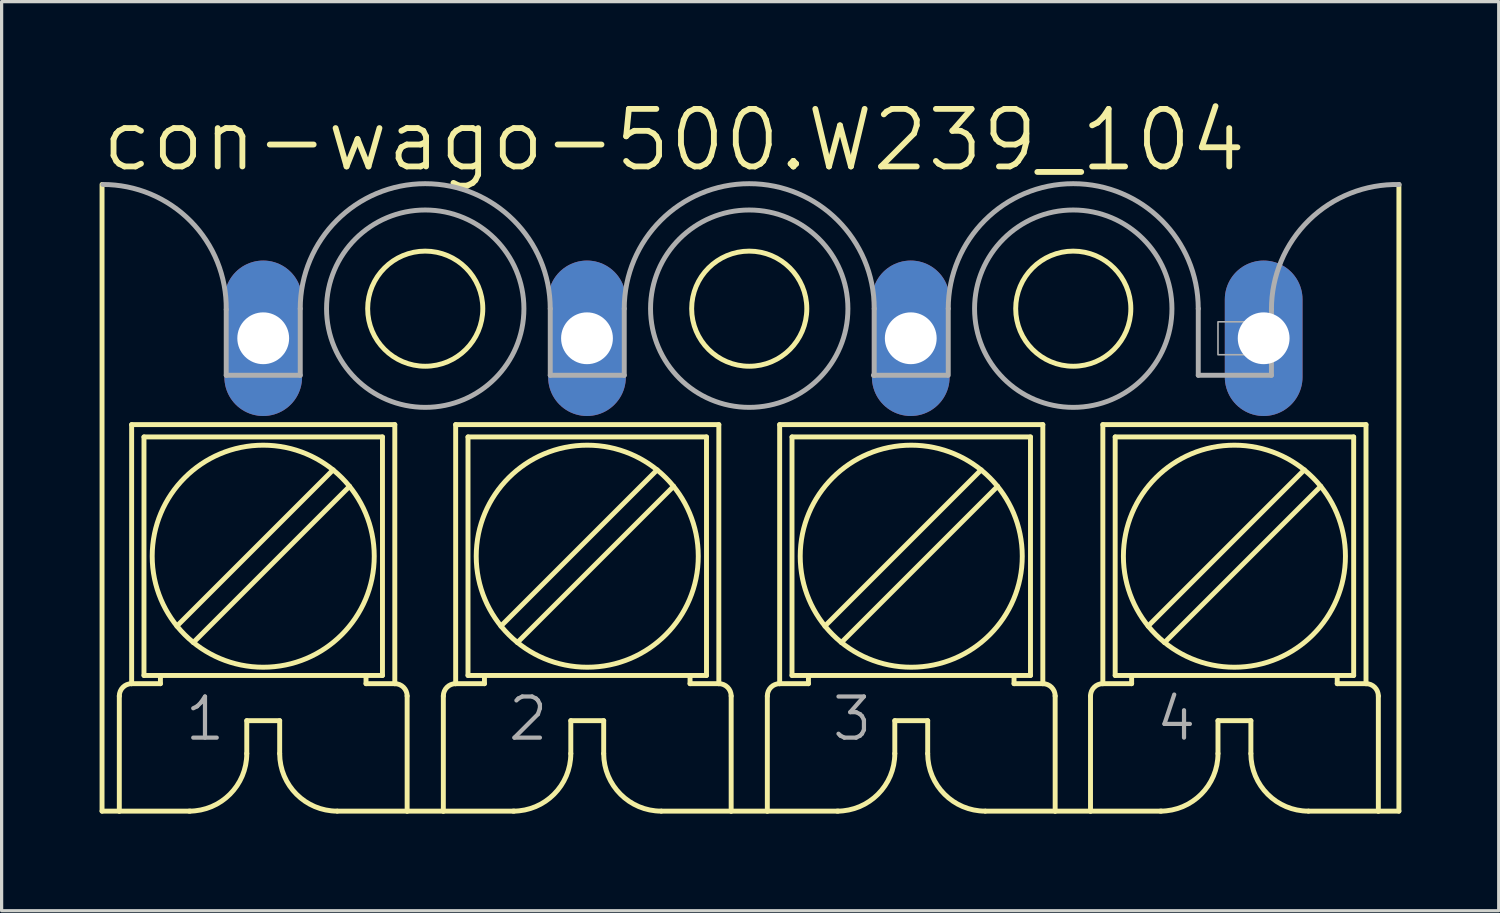
<source format=kicad_pcb>
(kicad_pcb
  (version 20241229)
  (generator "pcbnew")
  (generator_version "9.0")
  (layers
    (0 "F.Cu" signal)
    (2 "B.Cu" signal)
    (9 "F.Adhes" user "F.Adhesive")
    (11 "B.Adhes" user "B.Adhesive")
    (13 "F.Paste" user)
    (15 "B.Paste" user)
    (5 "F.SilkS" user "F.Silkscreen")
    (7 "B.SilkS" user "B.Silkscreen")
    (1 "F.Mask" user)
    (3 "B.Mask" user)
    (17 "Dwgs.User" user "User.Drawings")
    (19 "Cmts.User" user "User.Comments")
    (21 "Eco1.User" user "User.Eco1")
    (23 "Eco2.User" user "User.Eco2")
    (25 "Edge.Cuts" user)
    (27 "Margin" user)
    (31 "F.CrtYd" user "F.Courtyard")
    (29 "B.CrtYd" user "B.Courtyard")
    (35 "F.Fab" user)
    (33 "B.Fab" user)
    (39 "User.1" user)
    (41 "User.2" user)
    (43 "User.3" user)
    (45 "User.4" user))
  (footprint "con-wago-500.W239_104"
    (layer "F.Cu")
    (at 20.08 12.398)
    (property "Reference" "con-wago-500.W239_104" (at -20.08 -10.08 0) (layer "F.SilkS") (effects (font (size 1.778 1.778) (thickness 0.18)) (justify left bottom)))
    (attr through_hole)
    (fp_line (start -19.978 9.605) (end -19.978 -9.75) (stroke (width 0.152) (type default)) (layer "F.SilkS"))
    (fp_line (start -19.978 9.605) (end -19.445 9.605) (stroke (width 0.152) (type default)) (layer "F.SilkS"))
    (fp_line (start -19.445 9.605) (end -19.445 6.049) (stroke (width 0.152) (type default)) (layer "F.SilkS"))
    (fp_line (start -19.445 9.605) (end -17.261 9.605) (stroke (width 0.152) (type default)) (layer "F.SilkS"))
    (fp_line (start -19.064 -2.333) (end -10.936 -2.333) (stroke (width 0.152) (type default)) (layer "F.SilkS"))
    (fp_line (start -19.064 5.668) (end -19.064 -2.333) (stroke (width 0.152) (type default)) (layer "F.SilkS"))
    (fp_line (start -19.064 5.668) (end -18.175 5.668) (stroke (width 0.152) (type default)) (layer "F.SilkS"))
    (fp_line (start -18.683 -1.952) (end -11.317 -1.952) (stroke (width 0.152) (type default)) (layer "F.SilkS"))
    (fp_line (start -18.683 5.414) (end -18.683 -1.952) (stroke (width 0.152) (type default)) (layer "F.SilkS"))
    (fp_line (start -18.683 5.414) (end -18.175 5.414) (stroke (width 0.152) (type default)) (layer "F.SilkS"))
    (fp_line (start -18.175 5.414) (end -18.175 5.668) (stroke (width 0.152) (type default)) (layer "F.SilkS"))
    (fp_line (start -17.667 3.89) (end -12.841 -0.936) (stroke (width 0.152) (type default)) (layer "F.SilkS"))
    (fp_line (start -17.159 4.398) (end -12.333 -0.428) (stroke (width 0.152) (type default)) (layer "F.SilkS"))
    (fp_line (start -15.508 6.811) (end -15.508 7.827) (stroke (width 0.152) (type default)) (layer "F.SilkS"))
    (fp_line (start -15.508 6.811) (end -14.492 6.811) (stroke (width 0.152) (type default)) (layer "F.SilkS"))
    (fp_line (start -14.492 6.811) (end -14.492 7.827) (stroke (width 0.152) (type default)) (layer "F.SilkS"))
    (fp_line (start -12.714 9.605) (end -10.555 9.605) (stroke (width 0.152) (type default)) (layer "F.SilkS"))
    (fp_line (start -11.825 5.414) (end -18.175 5.414) (stroke (width 0.152) (type default)) (layer "F.SilkS"))
    (fp_line (start -11.825 5.414) (end -11.825 5.668) (stroke (width 0.152) (type default)) (layer "F.SilkS"))
    (fp_line (start -11.825 5.414) (end -11.317 5.414) (stroke (width 0.152) (type default)) (layer "F.SilkS"))
    (fp_line (start -11.825 5.668) (end -10.936 5.668) (stroke (width 0.152) (type default)) (layer "F.SilkS"))
    (fp_line (start -11.317 5.414) (end -11.317 -1.952) (stroke (width 0.152) (type default)) (layer "F.SilkS"))
    (fp_line (start -10.936 5.668) (end -10.936 -2.333) (stroke (width 0.152) (type default)) (layer "F.SilkS"))
    (fp_line (start -10.555 9.605) (end -10.555 6.049) (stroke (width 0.152) (type default)) (layer "F.SilkS"))
    (fp_line (start -10.555 9.605) (end -9.437 9.605) (stroke (width 0.152) (type default)) (layer "F.SilkS"))
    (fp_line (start -9.437 9.605) (end -9.437 6.049) (stroke (width 0.152) (type default)) (layer "F.SilkS"))
    (fp_line (start -9.437 9.605) (end -7.253 9.605) (stroke (width 0.152) (type default)) (layer "F.SilkS"))
    (fp_line (start -9.056 -2.333) (end -0.928 -2.333) (stroke (width 0.152) (type default)) (layer "F.SilkS"))
    (fp_line (start -9.056 5.668) (end -9.056 -2.333) (stroke (width 0.152) (type default)) (layer "F.SilkS"))
    (fp_line (start -9.056 5.668) (end -8.167 5.668) (stroke (width 0.152) (type default)) (layer "F.SilkS"))
    (fp_line (start -8.675 -1.952) (end -1.309 -1.952) (stroke (width 0.152) (type default)) (layer "F.SilkS"))
    (fp_line (start -8.675 5.414) (end -8.675 -1.952) (stroke (width 0.152) (type default)) (layer "F.SilkS"))
    (fp_line (start -8.675 5.414) (end -8.167 5.414) (stroke (width 0.152) (type default)) (layer "F.SilkS"))
    (fp_line (start -8.167 5.414) (end -8.167 5.668) (stroke (width 0.152) (type default)) (layer "F.SilkS"))
    (fp_line (start -7.659 3.89) (end -2.833 -0.936) (stroke (width 0.152) (type default)) (layer "F.SilkS"))
    (fp_line (start -7.151 4.398) (end -2.325 -0.428) (stroke (width 0.152) (type default)) (layer "F.SilkS"))
    (fp_line (start -5.5 6.811) (end -5.5 7.827) (stroke (width 0.152) (type default)) (layer "F.SilkS"))
    (fp_line (start -5.5 6.811) (end -4.484 6.811) (stroke (width 0.152) (type default)) (layer "F.SilkS"))
    (fp_line (start -4.484 6.811) (end -4.484 7.827) (stroke (width 0.152) (type default)) (layer "F.SilkS"))
    (fp_line (start -2.706 9.605) (end -0.547 9.605) (stroke (width 0.152) (type default)) (layer "F.SilkS"))
    (fp_line (start -1.817 5.414) (end -8.167 5.414) (stroke (width 0.152) (type default)) (layer "F.SilkS"))
    (fp_line (start -1.817 5.414) (end -1.817 5.668) (stroke (width 0.152) (type default)) (layer "F.SilkS"))
    (fp_line (start -1.817 5.414) (end -1.309 5.414) (stroke (width 0.152) (type default)) (layer "F.SilkS"))
    (fp_line (start -1.817 5.668) (end -0.928 5.668) (stroke (width 0.152) (type default)) (layer "F.SilkS"))
    (fp_line (start -1.309 5.414) (end -1.309 -1.952) (stroke (width 0.152) (type default)) (layer "F.SilkS"))
    (fp_line (start -0.928 5.668) (end -0.928 -2.333) (stroke (width 0.152) (type default)) (layer "F.SilkS"))
    (fp_line (start -0.547 9.605) (end -0.547 6.049) (stroke (width 0.152) (type default)) (layer "F.SilkS"))
    (fp_line (start -0.547 9.605) (end 0.57 9.605) (stroke (width 0.152) (type default)) (layer "F.SilkS"))
    (fp_line (start 0.57 9.605) (end 0.57 6.049) (stroke (width 0.152) (type default)) (layer "F.SilkS"))
    (fp_line (start 0.57 9.605) (end 2.755 9.605) (stroke (width 0.152) (type default)) (layer "F.SilkS"))
    (fp_line (start 0.951 -2.333) (end 9.079 -2.333) (stroke (width 0.152) (type default)) (layer "F.SilkS"))
    (fp_line (start 0.951 5.668) (end 0.951 -2.333) (stroke (width 0.152) (type default)) (layer "F.SilkS"))
    (fp_line (start 0.951 5.668) (end 1.84 5.668) (stroke (width 0.152) (type default)) (layer "F.SilkS"))
    (fp_line (start 1.332 -1.952) (end 8.698 -1.952) (stroke (width 0.152) (type default)) (layer "F.SilkS"))
    (fp_line (start 1.332 5.414) (end 1.332 -1.952) (stroke (width 0.152) (type default)) (layer "F.SilkS"))
    (fp_line (start 1.332 5.414) (end 1.84 5.414) (stroke (width 0.152) (type default)) (layer "F.SilkS"))
    (fp_line (start 1.84 5.414) (end 1.84 5.668) (stroke (width 0.152) (type default)) (layer "F.SilkS"))
    (fp_line (start 2.348 3.89) (end 7.174 -0.936) (stroke (width 0.152) (type default)) (layer "F.SilkS"))
    (fp_line (start 2.856 4.398) (end 7.682 -0.428) (stroke (width 0.152) (type default)) (layer "F.SilkS"))
    (fp_line (start 4.507 6.811) (end 4.507 7.827) (stroke (width 0.152) (type default)) (layer "F.SilkS"))
    (fp_line (start 4.507 6.811) (end 5.523 6.811) (stroke (width 0.152) (type default)) (layer "F.SilkS"))
    (fp_line (start 5.523 6.811) (end 5.523 7.827) (stroke (width 0.152) (type default)) (layer "F.SilkS"))
    (fp_line (start 7.301 9.605) (end 9.46 9.605) (stroke (width 0.152) (type default)) (layer "F.SilkS"))
    (fp_line (start 8.19 5.414) (end 1.84 5.414) (stroke (width 0.152) (type default)) (layer "F.SilkS"))
    (fp_line (start 8.19 5.414) (end 8.19 5.668) (stroke (width 0.152) (type default)) (layer "F.SilkS"))
    (fp_line (start 8.19 5.414) (end 8.698 5.414) (stroke (width 0.152) (type default)) (layer "F.SilkS"))
    (fp_line (start 8.19 5.668) (end 9.079 5.668) (stroke (width 0.152) (type default)) (layer "F.SilkS"))
    (fp_line (start 8.698 5.414) (end 8.698 -1.952) (stroke (width 0.152) (type default)) (layer "F.SilkS"))
    (fp_line (start 9.079 5.668) (end 9.079 -2.333) (stroke (width 0.152) (type default)) (layer "F.SilkS"))
    (fp_line (start 9.46 9.605) (end 9.46 6.049) (stroke (width 0.152) (type default)) (layer "F.SilkS"))
    (fp_line (start 9.46 9.605) (end 10.552 9.605) (stroke (width 0.152) (type default)) (layer "F.SilkS"))
    (fp_line (start 10.552 9.605) (end 10.552 6.049) (stroke (width 0.152) (type default)) (layer "F.SilkS"))
    (fp_line (start 10.552 9.605) (end 12.737 9.605) (stroke (width 0.152) (type default)) (layer "F.SilkS"))
    (fp_line (start 10.933 -2.333) (end 19.061 -2.333) (stroke (width 0.152) (type default)) (layer "F.SilkS"))
    (fp_line (start 10.933 5.668) (end 10.933 -2.333) (stroke (width 0.152) (type default)) (layer "F.SilkS"))
    (fp_line (start 10.933 5.668) (end 11.822 5.668) (stroke (width 0.152) (type default)) (layer "F.SilkS"))
    (fp_line (start 11.314 -1.952) (end 18.68 -1.952) (stroke (width 0.152) (type default)) (layer "F.SilkS"))
    (fp_line (start 11.314 5.414) (end 11.314 -1.952) (stroke (width 0.152) (type default)) (layer "F.SilkS"))
    (fp_line (start 11.314 5.414) (end 11.822 5.414) (stroke (width 0.152) (type default)) (layer "F.SilkS"))
    (fp_line (start 11.822 5.414) (end 11.822 5.668) (stroke (width 0.152) (type default)) (layer "F.SilkS"))
    (fp_line (start 12.33 3.89) (end 17.156 -0.936) (stroke (width 0.152) (type default)) (layer "F.SilkS"))
    (fp_line (start 12.838 4.398) (end 17.664 -0.428) (stroke (width 0.152) (type default)) (layer "F.SilkS"))
    (fp_line (start 14.489 6.811) (end 14.489 7.827) (stroke (width 0.152) (type default)) (layer "F.SilkS"))
    (fp_line (start 14.489 6.811) (end 15.505 6.811) (stroke (width 0.152) (type default)) (layer "F.SilkS"))
    (fp_line (start 15.505 6.811) (end 15.505 7.827) (stroke (width 0.152) (type default)) (layer "F.SilkS"))
    (fp_line (start 17.283 9.605) (end 19.442 9.605) (stroke (width 0.152) (type default)) (layer "F.SilkS"))
    (fp_line (start 18.172 5.414) (end 11.822 5.414) (stroke (width 0.152) (type default)) (layer "F.SilkS"))
    (fp_line (start 18.172 5.414) (end 18.172 5.668) (stroke (width 0.152) (type default)) (layer "F.SilkS"))
    (fp_line (start 18.172 5.414) (end 18.68 5.414) (stroke (width 0.152) (type default)) (layer "F.SilkS"))
    (fp_line (start 18.172 5.668) (end 19.061 5.668) (stroke (width 0.152) (type default)) (layer "F.SilkS"))
    (fp_line (start 18.68 5.414) (end 18.68 -1.952) (stroke (width 0.152) (type default)) (layer "F.SilkS"))
    (fp_line (start 19.061 5.668) (end 19.061 -2.333) (stroke (width 0.152) (type default)) (layer "F.SilkS"))
    (fp_line (start 19.442 9.605) (end 19.442 6.049) (stroke (width 0.152) (type default)) (layer "F.SilkS"))
    (fp_line (start 20.077 9.605) (end 19.442 9.605) (stroke (width 0.152) (type default)) (layer "F.SilkS"))
    (fp_line (start 20.077 9.605) (end 20.077 -9.75) (stroke (width 0.152) (type default)) (layer "F.SilkS"))
    (fp_arc (start -19.445 6.049) (mid -19.333408 5.779592) (end -19.064 5.668) (stroke (width 0.1524) (type default)) (layer "F.SilkS"))
    (fp_arc (start -15.508 7.827) (mid -16.028764 9.084236) (end -17.286 9.605) (stroke (width 0.1524) (type default)) (layer "F.SilkS"))
    (fp_arc (start -12.714 9.605) (mid -13.971236 9.084236) (end -14.492 7.827) (stroke (width 0.1524) (type default)) (layer "F.SilkS"))
    (fp_arc (start -10.936 5.668) (mid -10.666592 5.779592) (end -10.555 6.049) (stroke (width 0.1524) (type default)) (layer "F.SilkS"))
    (fp_arc (start -9.437 6.049) (mid -9.325408 5.779592) (end -9.056 5.668) (stroke (width 0.1524) (type default)) (layer "F.SilkS"))
    (fp_arc (start -5.5 7.827) (mid -6.020764 9.084236) (end -7.278 9.605) (stroke (width 0.1524) (type default)) (layer "F.SilkS"))
    (fp_arc (start -2.706 9.605) (mid -3.963236 9.084236) (end -4.484 7.827) (stroke (width 0.1524) (type default)) (layer "F.SilkS"))
    (fp_arc (start -0.928 5.668) (mid -0.658592 5.779592) (end -0.547 6.049) (stroke (width 0.1524) (type default)) (layer "F.SilkS"))
    (fp_arc (start 0.57 6.049) (mid 0.681592 5.779592) (end 0.951 5.668) (stroke (width 0.1524) (type default)) (layer "F.SilkS"))
    (fp_arc (start 4.507 7.827) (mid 3.986236 9.084236) (end 2.729 9.605) (stroke (width 0.1524) (type default)) (layer "F.SilkS"))
    (fp_arc (start 7.301 9.605) (mid 6.043764 9.084236) (end 5.523 7.827) (stroke (width 0.1524) (type default)) (layer "F.SilkS"))
    (fp_arc (start 9.079 5.668) (mid 9.348408 5.779592) (end 9.46 6.049) (stroke (width 0.1524) (type default)) (layer "F.SilkS"))
    (fp_arc (start 10.552 6.049) (mid 10.663592 5.779592) (end 10.933 5.668) (stroke (width 0.1524) (type default)) (layer "F.SilkS"))
    (fp_arc (start 14.489 7.827) (mid 13.968236 9.084236) (end 12.711 9.605) (stroke (width 0.1524) (type default)) (layer "F.SilkS"))
    (fp_arc (start 17.283 9.605) (mid 16.025764 9.084236) (end 15.505 7.827) (stroke (width 0.1524) (type default)) (layer "F.SilkS"))
    (fp_arc (start 19.061 5.668) (mid 19.330408 5.779592) (end 19.442 6.049) (stroke (width 0.1524) (type default)) (layer "F.SilkS"))
    (fp_circle (center -15 1.731) (end -11.571 1.731) (stroke (width 0.152) (type default)) (fill no) (layer "F.SilkS"))
    (fp_circle (center -9.996 -5.914) (end -8.218 -5.914) (stroke (width 0.152) (type default)) (fill no) (layer "F.SilkS"))
    (fp_circle (center -4.992 1.731) (end -1.563 1.731) (stroke (width 0.152) (type default)) (fill no) (layer "F.SilkS"))
    (fp_circle (center 0.011 -5.914) (end 1.789 -5.914) (stroke (width 0.152) (type default)) (fill no) (layer "F.SilkS"))
    (fp_circle (center 5.015 1.731) (end 8.444 1.731) (stroke (width 0.152) (type default)) (fill no) (layer "F.SilkS"))
    (fp_circle (center 10.019 -5.914) (end 11.797 -5.914) (stroke (width 0.152) (type default)) (fill no) (layer "F.SilkS"))
    (fp_circle (center 14.997 1.731) (end 18.426 1.731) (stroke (width 0.152) (type default)) (fill no) (layer "F.SilkS"))
    (fp_line (start -16.143 -3.857) (end -16.143 -5.889) (stroke (width 0.152) (type default)) (layer "F.Fab"))
    (fp_line (start -16.143 -3.857) (end -13.857 -3.857) (stroke (width 0.152) (type default)) (layer "F.Fab"))
    (fp_line (start -13.857 -3.857) (end -13.857 -5.914) (stroke (width 0.152) (type default)) (layer "F.Fab"))
    (fp_line (start -6.135 -3.857) (end -6.135 -5.914) (stroke (width 0.152) (type default)) (layer "F.Fab"))
    (fp_line (start -6.135 -3.857) (end -3.849 -3.857) (stroke (width 0.152) (type default)) (layer "F.Fab"))
    (fp_line (start -3.849 -3.857) (end -3.849 -5.914) (stroke (width 0.152) (type default)) (layer "F.Fab"))
    (fp_line (start 3.847 -3.857) (end 3.872 -3.857) (stroke (width 0.152) (type default)) (layer "F.Fab"))
    (fp_line (start 3.872 -3.857) (end 3.872 -5.914) (stroke (width 0.152) (type default)) (layer "F.Fab"))
    (fp_line (start 3.872 -3.857) (end 6.133 -3.857) (stroke (width 0.152) (type default)) (layer "F.Fab"))
    (fp_line (start 6.158 -3.857) (end 6.158 -5.914) (stroke (width 0.152) (type default)) (layer "F.Fab"))
    (fp_line (start 13.88 -3.857) (end 13.88 -5.914) (stroke (width 0.152) (type default)) (layer "F.Fab"))
    (fp_line (start 13.88 -3.857) (end 16.14 -3.857) (stroke (width 0.152) (type default)) (layer "F.Fab"))
    (fp_line (start 16.14 -3.857) (end 16.14 -5.889) (stroke (width 0.152) (type default)) (layer "F.Fab"))
    (fp_rect (start -15.508 -4.492) (end -14.492 -5.508) (stroke (width 0.05) (type default)) (fill no) (layer "F.Fab"))
    (fp_rect (start -5.5 -4.492) (end -4.484 -5.508) (stroke (width 0.05) (type default)) (fill no) (layer "F.Fab"))
    (fp_rect (start 4.482 -4.492) (end 5.498 -5.508) (stroke (width 0.05) (type default)) (fill no) (layer "F.Fab"))
    (fp_rect (start 14.489 -4.492) (end 15.505 -5.508) (stroke (width 0.05) (type default)) (fill no) (layer "F.Fab"))
    (fp_arc (start -19.953 -9.7501) (mid -17.240656 -8.616095) (end -16.1426 -5.889) (stroke (width 0.1524) (type default)) (layer "F.Fab"))
    (fp_arc (start -13.857 -5.914) (mid -9.9962 -9.7748) (end -6.1354 -5.914) (stroke (width 0.1524) (type default)) (layer "F.Fab"))
    (fp_arc (start -3.849 -5.914) (mid 0.0118 -9.7748) (end 3.8726 -5.914) (stroke (width 0.1524) (type default)) (layer "F.Fab"))
    (fp_arc (start 6.158 -5.914) (mid 10.0188 -9.7748) (end 13.8796 -5.914) (stroke (width 0.1524) (type default)) (layer "F.Fab"))
    (fp_arc (start 16.14 -5.889) (mid 17.300225 -8.647937) (end 20.0835 -9.7485) (stroke (width 0.1524) (type default)) (layer "F.Fab"))
    (fp_circle (center -9.996 -5.914) (end -6.948 -5.914) (stroke (width 0.152) (type default)) (fill no) (layer "F.Fab"))
    (fp_circle (center 0.011 -5.914) (end 3.059 -5.914) (stroke (width 0.152) (type default)) (fill no) (layer "F.Fab"))
    (fp_circle (center 10.019 -5.914) (end 13.067 -5.914) (stroke (width 0.152) (type default)) (fill no) (layer "F.Fab"))
    (fp_text user "1" (at -17.489 7.497 0) (layer "F.Fab") (effects (font (size 1.27 1.27) (thickness 0.13)) (justify left bottom)))
    (fp_text user "3" (at 2.501 7.497 0) (layer "F.Fab") (effects (font (size 1.27 1.27) (thickness 0.13)) (justify left bottom)))
    (fp_text user "4" (at 12.508 7.497 0) (layer "F.Fab") (effects (font (size 1.27 1.27) (thickness 0.13)) (justify left bottom)))
    (fp_text user "2" (at -7.507 7.497 0) (layer "F.Fab") (effects (font (size 1.27 1.27) (thickness 0.13)) (justify left bottom)))
    (pad "1" thru_hole oval (at -15 -5 90) (size 4.801 2.4) (drill 1.6) (layers "*.Cu" "*.Mask"))
    (pad "2" thru_hole oval (at -5 -5 90) (size 4.801 2.4) (drill 1.6) (layers "*.Cu" "*.Mask"))
    (pad "3" thru_hole oval (at 5 -5 90) (size 4.801 2.4) (drill 1.6) (layers "*.Cu" "*.Mask"))
    (pad "4" thru_hole oval (at 15.9 -5 90) (size 4.801 2.4) (drill 1.6) (layers "*.Cu" "*.Mask")))
  (gr_rect
    (start -3 -3)
    (end 43.24 25.079)
    (stroke (width 0.1) (type default))
    (fill no)
    (layer "Edge.Cuts")))
</source>
